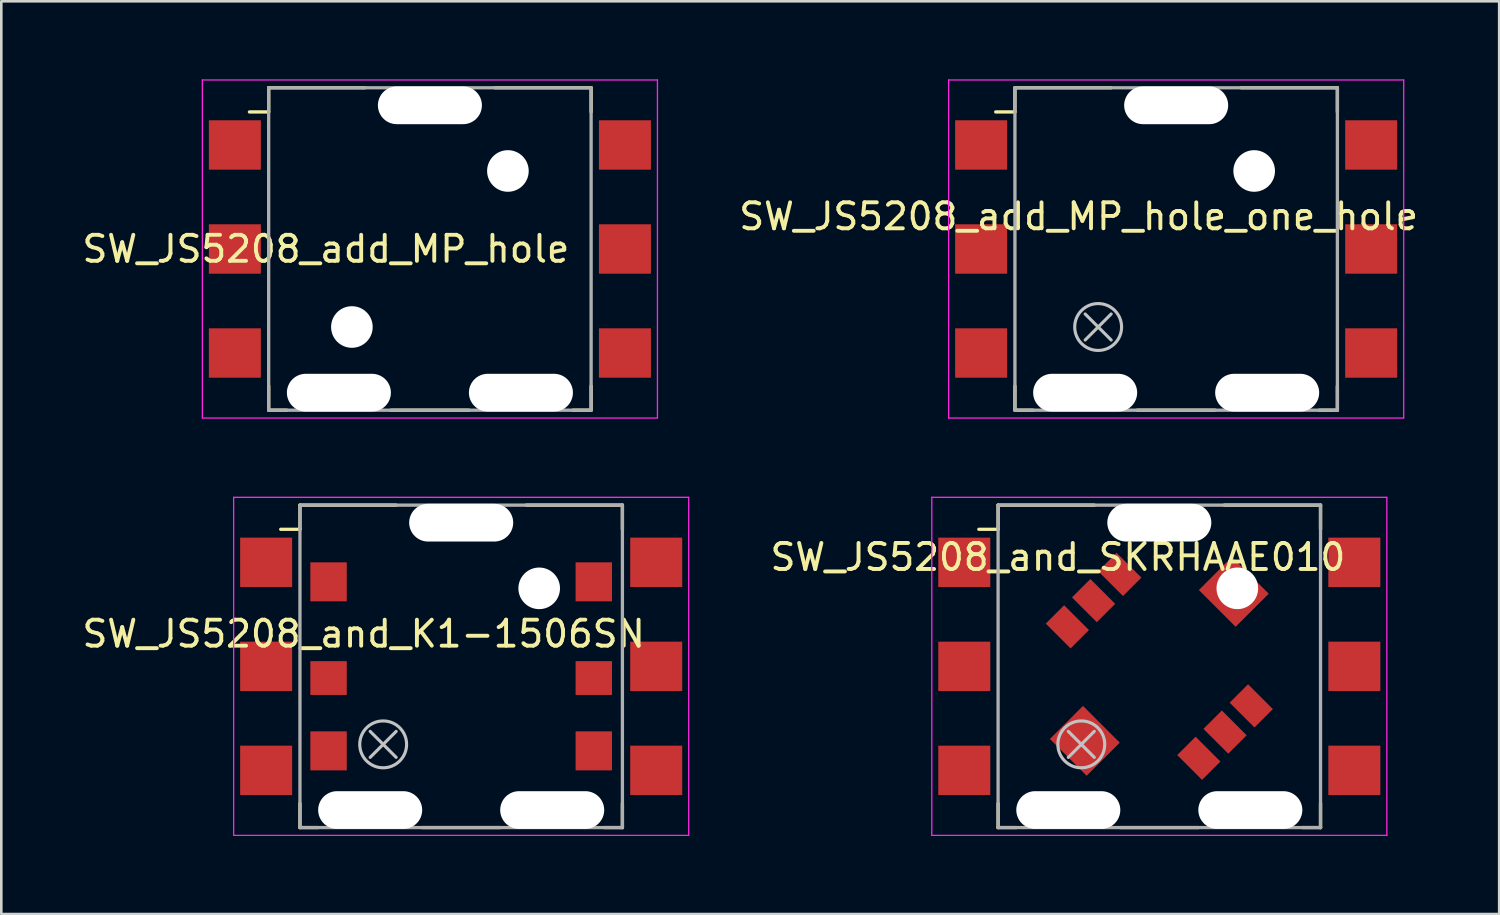
<source format=kicad_pcb>
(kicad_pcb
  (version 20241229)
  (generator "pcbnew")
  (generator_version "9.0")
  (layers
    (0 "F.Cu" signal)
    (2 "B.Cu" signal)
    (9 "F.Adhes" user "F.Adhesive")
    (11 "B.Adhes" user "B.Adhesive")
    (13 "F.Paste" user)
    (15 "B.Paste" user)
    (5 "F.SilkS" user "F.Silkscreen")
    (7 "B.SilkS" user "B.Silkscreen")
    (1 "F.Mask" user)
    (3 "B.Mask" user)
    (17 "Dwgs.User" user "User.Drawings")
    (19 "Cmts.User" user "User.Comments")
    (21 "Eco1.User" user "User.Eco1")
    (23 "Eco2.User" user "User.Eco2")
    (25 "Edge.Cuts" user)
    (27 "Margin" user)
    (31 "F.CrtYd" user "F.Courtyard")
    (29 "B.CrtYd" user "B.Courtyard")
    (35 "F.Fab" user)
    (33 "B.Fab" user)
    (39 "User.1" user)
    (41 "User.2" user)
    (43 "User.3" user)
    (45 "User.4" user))
  (footprint "SW_JS5208_and_SKRHAAE010"
    (layer "F.Cu")
    (at 41.532 22.575)
    (property "Reference" "SW_JS5208_and_SKRHAAE010" (at -3.9 -4.2 0) (layer "F.SilkS") (effects (font (size 1 1) (thickness 0.15))))
    (attr smd)
    (fp_line (start -6.2 -6.2) (end -2.5 -6.2) (stroke (width 0.127) (type solid)) (layer "F.SilkS"))
    (fp_line (start -6.2 -5.27) (end -6.94 -5.27) (stroke (width 0.127) (type solid)) (layer "F.SilkS"))
    (fp_line (start -6.2 -5.27) (end -6.2 -6.2) (stroke (width 0.127) (type solid)) (layer "F.SilkS"))
    (fp_line (start -6.2 5.27) (end -6.2 6.2) (stroke (width 0.127) (type solid)) (layer "F.SilkS"))
    (fp_line (start -6.2 6.2) (end -5.5 6.2) (stroke (width 0.127) (type solid)) (layer "F.SilkS"))
    (fp_line (start -1.5 6.2) (end 1.5 6.2) (stroke (width 0.127) (type solid)) (layer "F.SilkS"))
    (fp_line (start 2.5 -6.2) (end 6.2 -6.2) (stroke (width 0.127) (type solid)) (layer "F.SilkS"))
    (fp_line (start 5.5 6.2) (end 6.2 6.2) (stroke (width 0.127) (type solid)) (layer "F.SilkS"))
    (fp_line (start 6.2 -6.2) (end 6.2 -5.27) (stroke (width 0.127) (type solid)) (layer "F.SilkS"))
    (fp_line (start 6.2 6.2) (end 6.2 5.27) (stroke (width 0.127) (type solid)) (layer "F.SilkS"))
    (fp_line (start -3.5 2.5) (end -2.5 3.5) (stroke (width 0.12) (type solid)) (layer "Dwgs.User"))
    (fp_line (start -2.5 2.5) (end -3.5 3.5) (stroke (width 0.12) (type solid)) (layer "Dwgs.User"))
    (fp_circle (center -3 3) (end -2.099 3) (stroke (width 0.12) (type solid)) (fill no) (layer "Dwgs.User"))
    (fp_line (start -8.75 -6.5) (end -8.75 6.5) (stroke (width 0.05) (type solid)) (layer "F.CrtYd"))
    (fp_line (start -8.75 6.5) (end 8.75 6.5) (stroke (width 0.05) (type solid)) (layer "F.CrtYd"))
    (fp_line (start 8.75 -6.5) (end -8.75 -6.5) (stroke (width 0.05) (type solid)) (layer "F.CrtYd"))
    (fp_line (start 8.75 6.5) (end 8.75 -6.5) (stroke (width 0.05) (type solid)) (layer "F.CrtYd"))
    (fp_line (start -6.2 -6.2) (end 6.2 -6.2) (stroke (width 0.127) (type solid)) (layer "F.Fab"))
    (fp_line (start -6.2 6.2) (end -6.2 -6.2) (stroke (width 0.127) (type solid)) (layer "F.Fab"))
    (fp_line (start 6.2 -6.2) (end 6.2 6.2) (stroke (width 0.127) (type solid)) (layer "F.Fab"))
    (fp_line (start 6.2 6.2) (end -6.2 6.2) (stroke (width 0.127) (type solid)) (layer "F.Fab"))
    (pad "" np_thru_hole oval (at -3.5 5.525) (size 4 1.45) (drill oval 4 1.45) (layers "*.Cu" "*.Mask"))
    (pad "" np_thru_hole oval (at 0 -5.525) (size 4 1.45) (drill oval 4 1.45) (layers "*.Cu" "*.Mask"))
    (pad "" np_thru_hole circle (at 3 -3) (size 1.6 1.6) (drill 1.6) (layers "*.Cu" "*.Mask"))
    (pad "" np_thru_hole oval (at 3.5 5.525) (size 4 1.45) (drill oval 4 1.45) (layers "*.Cu" "*.Mask"))
    (pad "1" smd rect (at -7.5 -4) (size 2 1.9) (layers "F.Cu" "F.Mask" "F.Paste"))
    (pad "1" smd rect (at -1.52 -3.536 315) (size 1.35 1) (layers "F.Cu" "F.Mask" "F.Paste"))
    (pad "2" smd rect (at -7.5 0) (size 2 1.9) (layers "F.Cu" "F.Mask" "F.Paste"))
    (pad "2" smd rect (at -2.528 -2.528 315) (size 1.35 1) (layers "F.Cu" "F.Mask" "F.Paste"))
    (pad "3" smd rect (at -7.5 4) (size 2 1.9) (layers "F.Cu" "F.Mask" "F.Paste"))
    (pad "3" smd rect (at -3.536 -1.52 315) (size 1.35 1) (layers "F.Cu" "F.Mask" "F.Paste"))
    (pad "4" smd rect (at 3.536 1.52 315) (size 1.35 1) (layers "F.Cu" "F.Mask" "F.Paste"))
    (pad "4" smd rect (at 7.5 -4) (size 2 1.9) (layers "F.Cu" "F.Mask" "F.Paste"))
    (pad "5" smd rect (at 2.528 2.528 315) (size 1.35 1) (layers "F.Cu" "F.Mask" "F.Paste"))
    (pad "5" smd rect (at 7.5 0) (size 2 1.9) (layers "F.Cu" "F.Mask" "F.Paste"))
    (pad "6" smd rect (at 1.52 3.536 315) (size 1.35 1) (layers "F.Cu" "F.Mask" "F.Paste"))
    (pad "6" smd rect (at 7.5 4) (size 2 1.9) (layers "F.Cu" "F.Mask" "F.Paste"))
    (pad "MP" smd rect (at -2.864 2.864 315) (size 2 1.8) (layers "F.Cu" "F.Mask" "F.Paste"))
    (pad "MP" smd rect (at 2.864 -2.864 315) (size 2 1.8) (layers "F.Cu" "F.Mask" "F.Paste")))
  (footprint "SW_JS5208_and_K1-1506SN"
    (layer "F.Cu")
    (at 14.685 22.575)
    (property "Reference" "SW_JS5208_and_K1-1506SN" (at -3.75 -1.25 0) (layer "F.SilkS") (effects (font (size 1 1) (thickness 0.15))))
    (attr smd)
    (fp_line (start -6.2 -6.2) (end -2.5 -6.2) (stroke (width 0.127) (type solid)) (layer "F.SilkS"))
    (fp_line (start -6.2 -5.27) (end -6.94 -5.27) (stroke (width 0.127) (type solid)) (layer "F.SilkS"))
    (fp_line (start -6.2 -5.27) (end -6.2 -6.2) (stroke (width 0.127) (type solid)) (layer "F.SilkS"))
    (fp_line (start -6.2 5.27) (end -6.2 6.2) (stroke (width 0.127) (type solid)) (layer "F.SilkS"))
    (fp_line (start -6.2 6.2) (end -5.5 6.2) (stroke (width 0.127) (type solid)) (layer "F.SilkS"))
    (fp_line (start -1.5 6.2) (end 1.5 6.2) (stroke (width 0.127) (type solid)) (layer "F.SilkS"))
    (fp_line (start 2.5 -6.2) (end 6.2 -6.2) (stroke (width 0.127) (type solid)) (layer "F.SilkS"))
    (fp_line (start 5.5 6.2) (end 6.2 6.2) (stroke (width 0.127) (type solid)) (layer "F.SilkS"))
    (fp_line (start 6.2 -6.2) (end 6.2 -5.27) (stroke (width 0.127) (type solid)) (layer "F.SilkS"))
    (fp_line (start 6.2 6.2) (end 6.2 5.27) (stroke (width 0.127) (type solid)) (layer "F.SilkS"))
    (fp_line (start -3.5 2.5) (end -2.5 3.5) (stroke (width 0.12) (type solid)) (layer "Dwgs.User"))
    (fp_line (start -2.5 2.5) (end -3.5 3.5) (stroke (width 0.12) (type solid)) (layer "Dwgs.User"))
    (fp_circle (center -3 3) (end -2.099 3) (stroke (width 0.12) (type solid)) (fill no) (layer "Dwgs.User"))
    (fp_line (start -8.75 -6.5) (end -8.75 6.5) (stroke (width 0.05) (type solid)) (layer "F.CrtYd"))
    (fp_line (start -8.75 6.5) (end 8.75 6.5) (stroke (width 0.05) (type solid)) (layer "F.CrtYd"))
    (fp_line (start 8.75 -6.5) (end -8.75 -6.5) (stroke (width 0.05) (type solid)) (layer "F.CrtYd"))
    (fp_line (start 8.75 6.5) (end 8.75 -6.5) (stroke (width 0.05) (type solid)) (layer "F.CrtYd"))
    (fp_line (start -6.2 -6.2) (end 6.2 -6.2) (stroke (width 0.127) (type solid)) (layer "F.Fab"))
    (fp_line (start -6.2 6.2) (end -6.2 -6.2) (stroke (width 0.127) (type solid)) (layer "F.Fab"))
    (fp_line (start 6.2 -6.2) (end 6.2 6.2) (stroke (width 0.127) (type solid)) (layer "F.Fab"))
    (fp_line (start 6.2 6.2) (end -6.2 6.2) (stroke (width 0.127) (type solid)) (layer "F.Fab"))
    (pad "" np_thru_hole oval (at -3.5 5.525) (size 4 1.45) (drill oval 4 1.45) (layers "*.Cu" "*.Mask"))
    (pad "" np_thru_hole oval (at 0 -5.525) (size 4 1.45) (drill oval 4 1.45) (layers "*.Cu" "*.Mask"))
    (pad "" np_thru_hole circle (at 3 -3) (size 1.6 1.6) (drill 1.6) (layers "*.Cu" "*.Mask"))
    (pad "" np_thru_hole oval (at 3.5 5.525) (size 4 1.45) (drill oval 4 1.45) (layers "*.Cu" "*.Mask"))
    (pad "1" smd rect (at -7.5 -4) (size 2 1.9) (layers "F.Cu" "F.Mask" "F.Paste"))
    (pad "1" smd rect (at -5.1 -3.25) (size 1.4 1.5) (layers "F.Cu" "F.Mask" "F.Paste"))
    (pad "2" smd rect (at -7.5 0) (size 2 1.9) (layers "F.Cu" "F.Mask" "F.Paste"))
    (pad "2" smd rect (at -5.1 0.45) (size 1.4 1.3) (layers "F.Cu" "F.Mask" "F.Paste"))
    (pad "3" smd rect (at -7.5 4) (size 2 1.9) (layers "F.Cu" "F.Mask" "F.Paste"))
    (pad "3" smd rect (at -5.1 3.25) (size 1.4 1.5) (layers "F.Cu" "F.Mask" "F.Paste"))
    (pad "4" smd rect (at 5.1 -3.25) (size 1.4 1.5) (layers "F.Cu" "F.Mask" "F.Paste"))
    (pad "4" smd rect (at 7.5 -4) (size 2 1.9) (layers "F.Cu" "F.Mask" "F.Paste"))
    (pad "5" smd rect (at 5.1 0.45) (size 1.4 1.3) (layers "F.Cu" "F.Mask" "F.Paste"))
    (pad "5" smd rect (at 7.5 0) (size 2 1.9) (layers "F.Cu" "F.Mask" "F.Paste"))
    (pad "6" smd rect (at 5.1 3.25) (size 1.4 1.5) (layers "F.Cu" "F.Mask" "F.Paste"))
    (pad "6" smd rect (at 7.5 4) (size 2 1.9) (layers "F.Cu" "F.Mask" "F.Paste")))
  (footprint "SW_JS5208_add_MP_hole"
    (layer "F.Cu")
    (at 13.482 6.525)
    (property "Reference" "SW_JS5208_add_MP_hole" (at -4 0 0) (layer "F.SilkS") (effects (font (size 1 1) (thickness 0.15))))
    (attr smd)
    (fp_line (start -6.2 -6.2) (end -2.5 -6.2) (stroke (width 0.127) (type solid)) (layer "F.SilkS"))
    (fp_line (start -6.2 -5.27) (end -6.94 -5.27) (stroke (width 0.127) (type solid)) (layer "F.SilkS"))
    (fp_line (start -6.2 -5.27) (end -6.2 -6.2) (stroke (width 0.127) (type solid)) (layer "F.SilkS"))
    (fp_line (start -6.2 5.27) (end -6.2 6.2) (stroke (width 0.127) (type solid)) (layer "F.SilkS"))
    (fp_line (start -6.2 6.2) (end -5.5 6.2) (stroke (width 0.127) (type solid)) (layer "F.SilkS"))
    (fp_line (start -1.5 6.2) (end 1.5 6.2) (stroke (width 0.127) (type solid)) (layer "F.SilkS"))
    (fp_line (start 2.5 -6.2) (end 6.2 -6.2) (stroke (width 0.127) (type solid)) (layer "F.SilkS"))
    (fp_line (start 5.5 6.2) (end 6.2 6.2) (stroke (width 0.127) (type solid)) (layer "F.SilkS"))
    (fp_line (start 6.2 -6.2) (end 6.2 -5.27) (stroke (width 0.127) (type solid)) (layer "F.SilkS"))
    (fp_line (start 6.2 6.2) (end 6.2 5.27) (stroke (width 0.127) (type solid)) (layer "F.SilkS"))
    (fp_line (start -8.75 -6.5) (end -8.75 6.5) (stroke (width 0.05) (type solid)) (layer "F.CrtYd"))
    (fp_line (start -8.75 6.5) (end 8.75 6.5) (stroke (width 0.05) (type solid)) (layer "F.CrtYd"))
    (fp_line (start 8.75 -6.5) (end -8.75 -6.5) (stroke (width 0.05) (type solid)) (layer "F.CrtYd"))
    (fp_line (start 8.75 6.5) (end 8.75 -6.5) (stroke (width 0.05) (type solid)) (layer "F.CrtYd"))
    (fp_line (start -6.2 -6.2) (end 6.2 -6.2) (stroke (width 0.127) (type solid)) (layer "F.Fab"))
    (fp_line (start -6.2 6.2) (end -6.2 -6.2) (stroke (width 0.127) (type solid)) (layer "F.Fab"))
    (fp_line (start 6.2 -6.2) (end 6.2 6.2) (stroke (width 0.127) (type solid)) (layer "F.Fab"))
    (fp_line (start 6.2 6.2) (end -6.2 6.2) (stroke (width 0.127) (type solid)) (layer "F.Fab"))
    (pad "" np_thru_hole oval (at -3.5 5.525) (size 4 1.45) (drill oval 4 1.45) (layers "*.Cu" "*.Mask"))
    (pad "" np_thru_hole circle (at -3 3) (size 1.6 1.6) (drill 1.6) (layers "*.Cu" "*.Mask"))
    (pad "" np_thru_hole oval (at 0 -5.525) (size 4 1.45) (drill oval 4 1.45) (layers "*.Cu" "*.Mask"))
    (pad "" np_thru_hole circle (at 3 -3) (size 1.6 1.6) (drill 1.6) (layers "*.Cu" "*.Mask"))
    (pad "" np_thru_hole oval (at 3.5 5.525) (size 4 1.45) (drill oval 4 1.45) (layers "*.Cu" "*.Mask"))
    (pad "1" smd rect (at -7.5 -4) (size 2 1.9) (layers "F.Cu" "F.Mask" "F.Paste"))
    (pad "2" smd rect (at -7.5 0) (size 2 1.9) (layers "F.Cu" "F.Mask" "F.Paste"))
    (pad "3" smd rect (at -7.5 4) (size 2 1.9) (layers "F.Cu" "F.Mask" "F.Paste"))
    (pad "4" smd rect (at 7.5 -4) (size 2 1.9) (layers "F.Cu" "F.Mask" "F.Paste"))
    (pad "5" smd rect (at 7.5 0) (size 2 1.9) (layers "F.Cu" "F.Mask" "F.Paste"))
    (pad "6" smd rect (at 7.5 4) (size 2 1.9) (layers "F.Cu" "F.Mask" "F.Paste")))
  (footprint "SW_JS5208_add_MP_hole_one_hole"
    (layer "F.Cu")
    (at 42.18 6.525)
    (property "Reference" "SW_JS5208_add_MP_hole_one_hole" (at -3.75 -1.25 0) (layer "F.SilkS") (effects (font (size 1 1) (thickness 0.15))))
    (attr smd)
    (fp_line (start -6.2 -6.2) (end -2.5 -6.2) (stroke (width 0.127) (type solid)) (layer "F.SilkS"))
    (fp_line (start -6.2 -5.27) (end -6.94 -5.27) (stroke (width 0.127) (type solid)) (layer "F.SilkS"))
    (fp_line (start -6.2 -5.27) (end -6.2 -6.2) (stroke (width 0.127) (type solid)) (layer "F.SilkS"))
    (fp_line (start -6.2 5.27) (end -6.2 6.2) (stroke (width 0.127) (type solid)) (layer "F.SilkS"))
    (fp_line (start -6.2 6.2) (end -5.5 6.2) (stroke (width 0.127) (type solid)) (layer "F.SilkS"))
    (fp_line (start -1.5 6.2) (end 1.5 6.2) (stroke (width 0.127) (type solid)) (layer "F.SilkS"))
    (fp_line (start 2.5 -6.2) (end 6.2 -6.2) (stroke (width 0.127) (type solid)) (layer "F.SilkS"))
    (fp_line (start 5.5 6.2) (end 6.2 6.2) (stroke (width 0.127) (type solid)) (layer "F.SilkS"))
    (fp_line (start 6.2 -6.2) (end 6.2 -5.27) (stroke (width 0.127) (type solid)) (layer "F.SilkS"))
    (fp_line (start 6.2 6.2) (end 6.2 5.27) (stroke (width 0.127) (type solid)) (layer "F.SilkS"))
    (fp_line (start -3.5 2.5) (end -2.5 3.5) (stroke (width 0.12) (type solid)) (layer "Dwgs.User"))
    (fp_line (start -2.5 2.5) (end -3.5 3.5) (stroke (width 0.12) (type solid)) (layer "Dwgs.User"))
    (fp_circle (center -3 3) (end -2.099 3) (stroke (width 0.12) (type solid)) (fill no) (layer "Dwgs.User"))
    (fp_line (start -8.75 -6.5) (end -8.75 6.5) (stroke (width 0.05) (type solid)) (layer "F.CrtYd"))
    (fp_line (start -8.75 6.5) (end 8.75 6.5) (stroke (width 0.05) (type solid)) (layer "F.CrtYd"))
    (fp_line (start 8.75 -6.5) (end -8.75 -6.5) (stroke (width 0.05) (type solid)) (layer "F.CrtYd"))
    (fp_line (start 8.75 6.5) (end 8.75 -6.5) (stroke (width 0.05) (type solid)) (layer "F.CrtYd"))
    (fp_line (start -6.2 -6.2) (end 6.2 -6.2) (stroke (width 0.127) (type solid)) (layer "F.Fab"))
    (fp_line (start -6.2 6.2) (end -6.2 -6.2) (stroke (width 0.127) (type solid)) (layer "F.Fab"))
    (fp_line (start 6.2 -6.2) (end 6.2 6.2) (stroke (width 0.127) (type solid)) (layer "F.Fab"))
    (fp_line (start 6.2 6.2) (end -6.2 6.2) (stroke (width 0.127) (type solid)) (layer "F.Fab"))
    (pad "" np_thru_hole oval (at -3.5 5.525) (size 4 1.45) (drill oval 4 1.45) (layers "*.Cu" "*.Mask"))
    (pad "" np_thru_hole oval (at 0 -5.525) (size 4 1.45) (drill oval 4 1.45) (layers "*.Cu" "*.Mask"))
    (pad "" np_thru_hole circle (at 3 -3) (size 1.6 1.6) (drill 1.6) (layers "*.Cu" "*.Mask"))
    (pad "" np_thru_hole oval (at 3.5 5.525) (size 4 1.45) (drill oval 4 1.45) (layers "*.Cu" "*.Mask"))
    (pad "1" smd rect (at -7.5 -4) (size 2 1.9) (layers "F.Cu" "F.Mask" "F.Paste"))
    (pad "2" smd rect (at -7.5 0) (size 2 1.9) (layers "F.Cu" "F.Mask" "F.Paste"))
    (pad "3" smd rect (at -7.5 4) (size 2 1.9) (layers "F.Cu" "F.Mask" "F.Paste"))
    (pad "4" smd rect (at 7.5 -4) (size 2 1.9) (layers "F.Cu" "F.Mask" "F.Paste"))
    (pad "5" smd rect (at 7.5 0) (size 2 1.9) (layers "F.Cu" "F.Mask" "F.Paste"))
    (pad "6" smd rect (at 7.5 4) (size 2 1.9) (layers "F.Cu" "F.Mask" "F.Paste")))
  (gr_rect
    (start -3 -3)
    (end 54.602 32.1)
    (stroke (width 0.1) (type default))
    (fill no)
    (layer "Edge.Cuts")))
</source>
